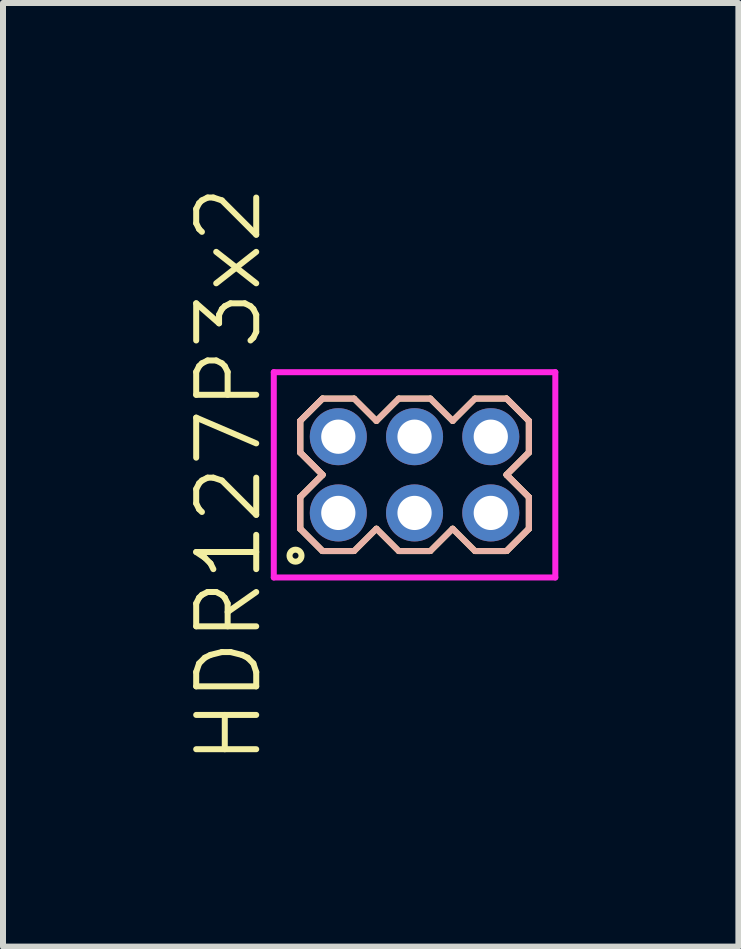
<source format=kicad_pcb>
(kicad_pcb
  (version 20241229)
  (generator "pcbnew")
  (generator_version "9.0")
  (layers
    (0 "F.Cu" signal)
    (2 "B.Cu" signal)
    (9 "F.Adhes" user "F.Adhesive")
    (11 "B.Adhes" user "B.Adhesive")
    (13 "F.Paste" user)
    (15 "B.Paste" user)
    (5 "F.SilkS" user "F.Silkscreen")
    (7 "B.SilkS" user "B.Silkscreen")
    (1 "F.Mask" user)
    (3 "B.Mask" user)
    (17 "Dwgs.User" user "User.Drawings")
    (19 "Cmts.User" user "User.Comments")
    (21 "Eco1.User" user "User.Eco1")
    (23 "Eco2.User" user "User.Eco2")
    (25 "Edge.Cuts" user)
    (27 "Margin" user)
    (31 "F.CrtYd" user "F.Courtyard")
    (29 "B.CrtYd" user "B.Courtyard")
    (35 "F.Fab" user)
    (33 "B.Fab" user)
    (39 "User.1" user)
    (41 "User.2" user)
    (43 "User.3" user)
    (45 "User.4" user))
  (footprint "HDR127P3x2"
    (layer "F.Cu")
    (at 3.856 4.86)
    (property "Reference" "HDR127P3x2" (at -3.095 0 90) (layer "F.SilkS") (effects (font (size 1 1) (thickness 0.1))))
    (attr through_hole)
    (fp_line (start -1.905 -0.898) (end -1.533 -1.27) (stroke (width 0.1) (type solid)) (layer "F.SilkS"))
    (fp_line (start -1.905 -0.898) (end -1.533 -1.27) (stroke (width 0.1) (type solid)) (layer "F.SilkS"))
    (fp_line (start -1.905 -0.372) (end -1.905 -0.898) (stroke (width 0.1) (type solid)) (layer "F.SilkS"))
    (fp_line (start -1.905 -0.372) (end -1.905 -0.898) (stroke (width 0.1) (type solid)) (layer "F.SilkS"))
    (fp_line (start -1.905 0.372) (end -1.533 0) (stroke (width 0.1) (type solid)) (layer "F.SilkS"))
    (fp_line (start -1.905 0.372) (end -1.533 0) (stroke (width 0.1) (type solid)) (layer "F.SilkS"))
    (fp_line (start -1.905 0.898) (end -1.905 0.372) (stroke (width 0.1) (type solid)) (layer "F.SilkS"))
    (fp_line (start -1.905 0.898) (end -1.905 0.372) (stroke (width 0.1) (type solid)) (layer "F.SilkS"))
    (fp_line (start -1.533 -1.27) (end -1.007 -1.27) (stroke (width 0.1) (type solid)) (layer "F.SilkS"))
    (fp_line (start -1.533 0) (end -1.905 -0.372) (stroke (width 0.1) (type solid)) (layer "F.SilkS"))
    (fp_line (start -1.533 0) (end -1.905 -0.372) (stroke (width 0.1) (type solid)) (layer "F.SilkS"))
    (fp_line (start -1.533 1.27) (end -1.905 0.898) (stroke (width 0.1) (type solid)) (layer "F.SilkS"))
    (fp_line (start -1.533 1.27) (end -1.905 0.898) (stroke (width 0.1) (type solid)) (layer "F.SilkS"))
    (fp_line (start -1.007 -1.27) (end -0.635 -0.898) (stroke (width 0.1) (type solid)) (layer "F.SilkS"))
    (fp_line (start -1.007 1.27) (end -1.533 1.27) (stroke (width 0.1) (type solid)) (layer "F.SilkS"))
    (fp_line (start -0.635 -0.898) (end -0.263 -1.27) (stroke (width 0.1) (type solid)) (layer "F.SilkS"))
    (fp_line (start -0.635 0.898) (end -1.007 1.27) (stroke (width 0.1) (type solid)) (layer "F.SilkS"))
    (fp_line (start -0.263 -1.27) (end 0.263 -1.27) (stroke (width 0.1) (type solid)) (layer "F.SilkS"))
    (fp_line (start -0.263 1.27) (end -0.635 0.898) (stroke (width 0.1) (type solid)) (layer "F.SilkS"))
    (fp_line (start 0.263 -1.27) (end 0.635 -0.898) (stroke (width 0.1) (type solid)) (layer "F.SilkS"))
    (fp_line (start 0.263 1.27) (end -0.263 1.27) (stroke (width 0.1) (type solid)) (layer "F.SilkS"))
    (fp_line (start 0.635 -0.898) (end 1.007 -1.27) (stroke (width 0.1) (type solid)) (layer "F.SilkS"))
    (fp_line (start 0.635 0.898) (end 0.263 1.27) (stroke (width 0.1) (type solid)) (layer "F.SilkS"))
    (fp_line (start 1.007 -1.27) (end 1.533 -1.27) (stroke (width 0.1) (type solid)) (layer "F.SilkS"))
    (fp_line (start 1.007 1.27) (end 0.635 0.898) (stroke (width 0.1) (type solid)) (layer "F.SilkS"))
    (fp_line (start 1.533 -1.27) (end 1.905 -0.898) (stroke (width 0.1) (type solid)) (layer "F.SilkS"))
    (fp_line (start 1.533 -1.27) (end 1.905 -0.898) (stroke (width 0.1) (type solid)) (layer "F.SilkS"))
    (fp_line (start 1.533 0) (end 1.905 0.372) (stroke (width 0.1) (type solid)) (layer "F.SilkS"))
    (fp_line (start 1.533 0) (end 1.905 0.372) (stroke (width 0.1) (type solid)) (layer "F.SilkS"))
    (fp_line (start 1.533 1.27) (end 1.007 1.27) (stroke (width 0.1) (type solid)) (layer "F.SilkS"))
    (fp_line (start 1.905 -0.898) (end 1.905 -0.372) (stroke (width 0.1) (type solid)) (layer "F.SilkS"))
    (fp_line (start 1.905 -0.898) (end 1.905 -0.372) (stroke (width 0.1) (type solid)) (layer "F.SilkS"))
    (fp_line (start 1.905 -0.372) (end 1.533 0) (stroke (width 0.1) (type solid)) (layer "F.SilkS"))
    (fp_line (start 1.905 -0.372) (end 1.533 0) (stroke (width 0.1) (type solid)) (layer "F.SilkS"))
    (fp_line (start 1.905 0.372) (end 1.905 0.898) (stroke (width 0.1) (type solid)) (layer "F.SilkS"))
    (fp_line (start 1.905 0.372) (end 1.905 0.898) (stroke (width 0.1) (type solid)) (layer "F.SilkS"))
    (fp_line (start 1.905 0.898) (end 1.533 1.27) (stroke (width 0.1) (type solid)) (layer "F.SilkS"))
    (fp_line (start 1.905 0.898) (end 1.533 1.27) (stroke (width 0.1) (type solid)) (layer "F.SilkS"))
    (fp_circle (center -1.983 1.347) (end -1.883 1.347) (stroke (width 0.1) (type solid)) (fill no) (layer "F.SilkS"))
    (fp_line (start -1.905 -0.898) (end -1.533 -1.27) (stroke (width 0.1) (type solid)) (layer "B.SilkS"))
    (fp_line (start -1.905 -0.898) (end -1.533 -1.27) (stroke (width 0.1) (type solid)) (layer "B.SilkS"))
    (fp_line (start -1.905 -0.372) (end -1.905 -0.898) (stroke (width 0.1) (type solid)) (layer "B.SilkS"))
    (fp_line (start -1.905 -0.372) (end -1.905 -0.898) (stroke (width 0.1) (type solid)) (layer "B.SilkS"))
    (fp_line (start -1.905 0.372) (end -1.533 0) (stroke (width 0.1) (type solid)) (layer "B.SilkS"))
    (fp_line (start -1.905 0.372) (end -1.533 0) (stroke (width 0.1) (type solid)) (layer "B.SilkS"))
    (fp_line (start -1.905 0.898) (end -1.905 0.372) (stroke (width 0.1) (type solid)) (layer "B.SilkS"))
    (fp_line (start -1.905 0.898) (end -1.905 0.372) (stroke (width 0.1) (type solid)) (layer "B.SilkS"))
    (fp_line (start -1.533 -1.27) (end -1.007 -1.27) (stroke (width 0.1) (type solid)) (layer "B.SilkS"))
    (fp_line (start -1.533 0) (end -1.905 -0.372) (stroke (width 0.1) (type solid)) (layer "B.SilkS"))
    (fp_line (start -1.533 0) (end -1.905 -0.372) (stroke (width 0.1) (type solid)) (layer "B.SilkS"))
    (fp_line (start -1.533 1.27) (end -1.905 0.898) (stroke (width 0.1) (type solid)) (layer "B.SilkS"))
    (fp_line (start -1.533 1.27) (end -1.905 0.898) (stroke (width 0.1) (type solid)) (layer "B.SilkS"))
    (fp_line (start -1.007 -1.27) (end -0.635 -0.898) (stroke (width 0.1) (type solid)) (layer "B.SilkS"))
    (fp_line (start -1.007 1.27) (end -1.533 1.27) (stroke (width 0.1) (type solid)) (layer "B.SilkS"))
    (fp_line (start -0.635 -0.898) (end -0.263 -1.27) (stroke (width 0.1) (type solid)) (layer "B.SilkS"))
    (fp_line (start -0.635 0.898) (end -1.007 1.27) (stroke (width 0.1) (type solid)) (layer "B.SilkS"))
    (fp_line (start -0.263 -1.27) (end 0.263 -1.27) (stroke (width 0.1) (type solid)) (layer "B.SilkS"))
    (fp_line (start -0.263 1.27) (end -0.635 0.898) (stroke (width 0.1) (type solid)) (layer "B.SilkS"))
    (fp_line (start 0.263 -1.27) (end 0.635 -0.898) (stroke (width 0.1) (type solid)) (layer "B.SilkS"))
    (fp_line (start 0.263 1.27) (end -0.263 1.27) (stroke (width 0.1) (type solid)) (layer "B.SilkS"))
    (fp_line (start 0.635 -0.898) (end 1.007 -1.27) (stroke (width 0.1) (type solid)) (layer "B.SilkS"))
    (fp_line (start 0.635 0.898) (end 0.263 1.27) (stroke (width 0.1) (type solid)) (layer "B.SilkS"))
    (fp_line (start 1.007 -1.27) (end 1.533 -1.27) (stroke (width 0.1) (type solid)) (layer "B.SilkS"))
    (fp_line (start 1.007 1.27) (end 0.635 0.898) (stroke (width 0.1) (type solid)) (layer "B.SilkS"))
    (fp_line (start 1.533 -1.27) (end 1.905 -0.898) (stroke (width 0.1) (type solid)) (layer "B.SilkS"))
    (fp_line (start 1.533 -1.27) (end 1.905 -0.898) (stroke (width 0.1) (type solid)) (layer "B.SilkS"))
    (fp_line (start 1.533 0) (end 1.905 0.372) (stroke (width 0.1) (type solid)) (layer "B.SilkS"))
    (fp_line (start 1.533 0) (end 1.905 0.372) (stroke (width 0.1) (type solid)) (layer "B.SilkS"))
    (fp_line (start 1.533 1.27) (end 1.007 1.27) (stroke (width 0.1) (type solid)) (layer "B.SilkS"))
    (fp_line (start 1.905 -0.898) (end 1.905 -0.372) (stroke (width 0.1) (type solid)) (layer "B.SilkS"))
    (fp_line (start 1.905 -0.898) (end 1.905 -0.372) (stroke (width 0.1) (type solid)) (layer "B.SilkS"))
    (fp_line (start 1.905 -0.372) (end 1.533 0) (stroke (width 0.1) (type solid)) (layer "B.SilkS"))
    (fp_line (start 1.905 -0.372) (end 1.533 0) (stroke (width 0.1) (type solid)) (layer "B.SilkS"))
    (fp_line (start 1.905 0.372) (end 1.905 0.898) (stroke (width 0.1) (type solid)) (layer "B.SilkS"))
    (fp_line (start 1.905 0.372) (end 1.905 0.898) (stroke (width 0.1) (type solid)) (layer "B.SilkS"))
    (fp_line (start 1.905 0.898) (end 1.533 1.27) (stroke (width 0.1) (type solid)) (layer "B.SilkS"))
    (fp_line (start 1.905 0.898) (end 1.533 1.27) (stroke (width 0.1) (type solid)) (layer "B.SilkS"))
    (fp_line (start -2.345 -1.71) (end -2.345 1.71) (stroke (width 0.1) (type solid)) (layer "F.CrtYd"))
    (fp_line (start -2.345 1.71) (end 2.345 1.71) (stroke (width 0.1) (type solid)) (layer "F.CrtYd"))
    (fp_line (start 2.345 -1.71) (end -2.345 -1.71) (stroke (width 0.1) (type solid)) (layer "F.CrtYd"))
    (fp_line (start 2.345 1.71) (end 2.345 -1.71) (stroke (width 0.1) (type solid)) (layer "F.CrtYd"))
    (pad "1" thru_hole oval (at -1.27 0.635) (size 0.95 0.95) (drill 0.57) (layers "*.Cu" "*.Mask"))
    (pad "2" thru_hole oval (at -1.27 -0.635) (size 0.95 0.95) (drill 0.57) (layers "*.Cu" "*.Mask"))
    (pad "3" thru_hole oval (at 0 0.635) (size 0.95 0.95) (drill 0.57) (layers "*.Cu" "*.Mask"))
    (pad "4" thru_hole oval (at 0 -0.635) (size 0.95 0.95) (drill 0.57) (layers "*.Cu" "*.Mask"))
    (pad "5" thru_hole oval (at 1.27 0.635) (size 0.95 0.95) (drill 0.57) (layers "*.Cu" "*.Mask"))
    (pad "6" thru_hole oval (at 1.27 -0.635) (size 0.95 0.95) (drill 0.57) (layers "*.Cu" "*.Mask")))
  (gr_rect
    (start -3 -3)
    (end 9.251 12.719)
    (stroke (width 0.1) (type default))
    (fill no)
    (layer "Edge.Cuts")))
</source>
